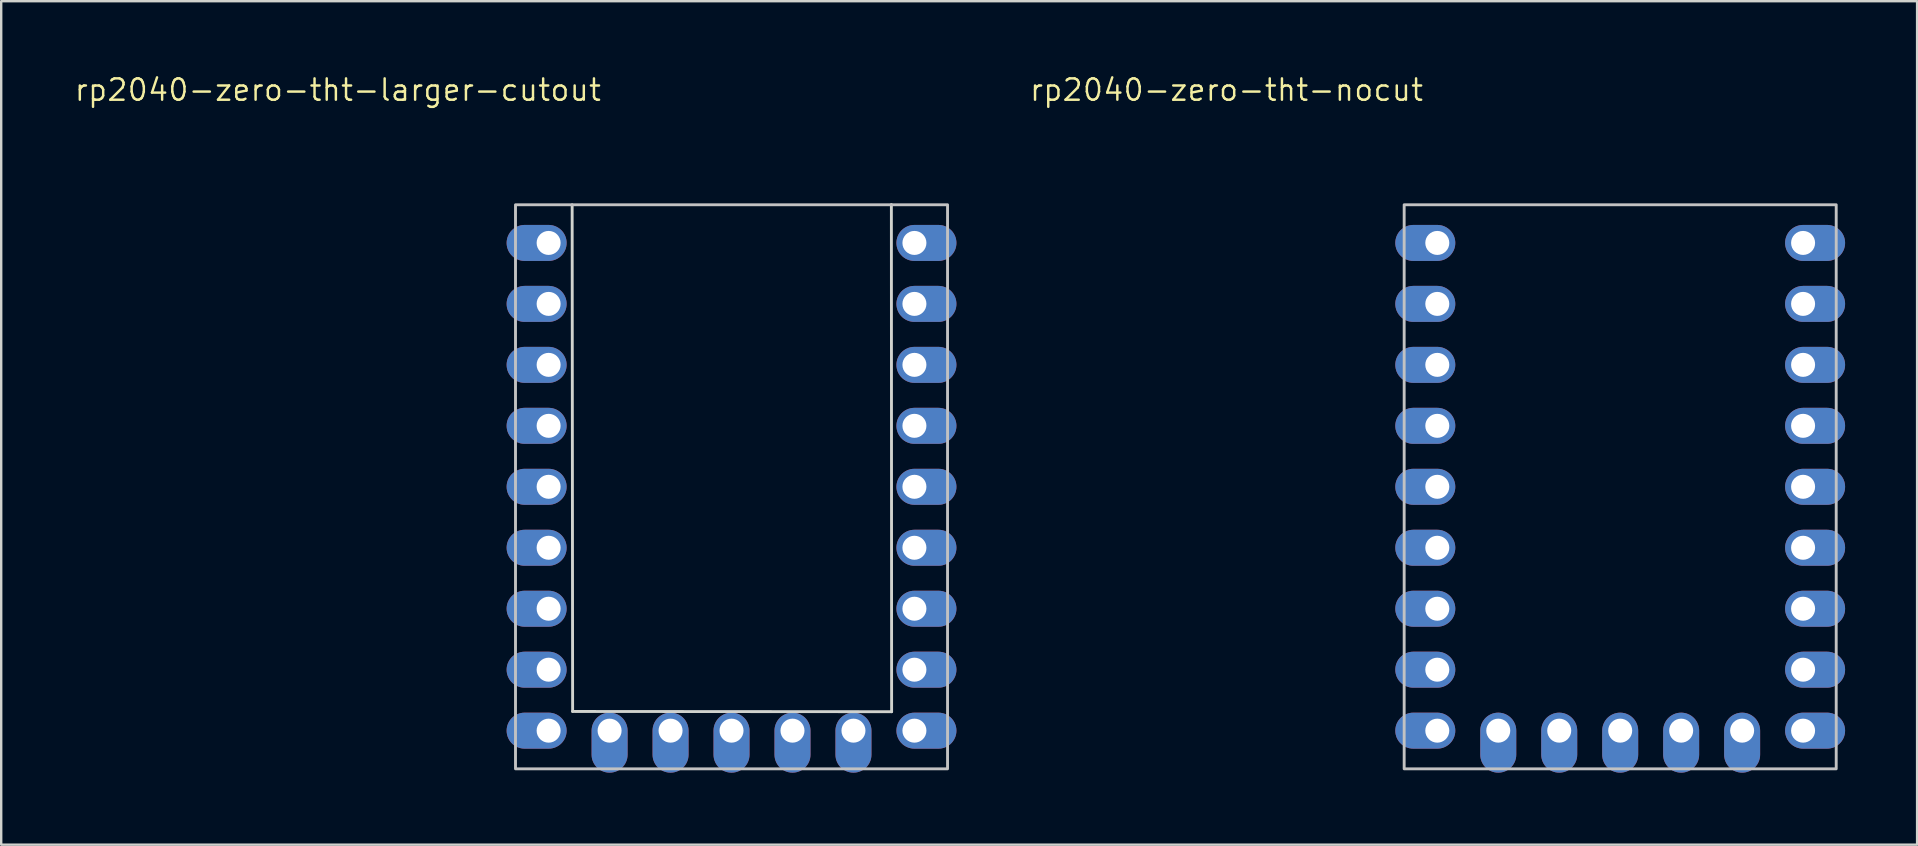
<source format=kicad_pcb>
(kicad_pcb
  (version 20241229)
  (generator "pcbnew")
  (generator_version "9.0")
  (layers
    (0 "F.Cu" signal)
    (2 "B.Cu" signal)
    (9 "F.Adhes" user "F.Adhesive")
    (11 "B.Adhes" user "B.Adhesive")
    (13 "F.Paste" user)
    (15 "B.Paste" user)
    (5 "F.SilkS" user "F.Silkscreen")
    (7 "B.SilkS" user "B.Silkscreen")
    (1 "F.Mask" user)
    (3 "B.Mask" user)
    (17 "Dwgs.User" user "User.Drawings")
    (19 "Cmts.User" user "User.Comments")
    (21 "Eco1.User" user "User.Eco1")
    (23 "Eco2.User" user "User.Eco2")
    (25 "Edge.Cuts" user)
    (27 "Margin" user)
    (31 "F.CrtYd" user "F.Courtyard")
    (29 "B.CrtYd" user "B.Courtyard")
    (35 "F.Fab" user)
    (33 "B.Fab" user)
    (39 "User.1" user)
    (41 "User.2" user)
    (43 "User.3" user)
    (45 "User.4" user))
  (footprint "rp2040-zero-tht-nocut"
    (layer "F.Cu")
    (at 64.451 17.231)
    (property "Reference" "rp2040-zero-tht-nocut" (at -16.399 -16.533 0) (layer "F.SilkS") (effects (font (size 0.889 0.889) (thickness 0.102))))
    (attr through_hole exclude_from_pos_files)
    (fp_rect (start -9 -11.75) (end 9 11.75) (stroke (width 0.12) (type solid)) (fill no) (layer "Dwgs.User"))
    (pad "1" thru_hole oval (at 7.62 -10.16 180) (size 2.5 1.5) (drill 1 (offset -0.5 0)) (layers "*.Cu" "*.Mask"))
    (pad "2" thru_hole oval (at 7.62 -7.62 180) (size 2.5 1.5) (drill 1 (offset -0.5 0)) (layers "*.Cu" "*.Mask"))
    (pad "3" thru_hole oval (at 7.62 -5.08 180) (size 2.5 1.5) (drill 1 (offset -0.5 0)) (layers "*.Cu" "*.Mask"))
    (pad "4" thru_hole oval (at 7.62 -2.54 180) (size 2.5 1.5) (drill 1 (offset -0.5 0)) (layers "*.Cu" "*.Mask"))
    (pad "5" thru_hole oval (at 7.62 0 180) (size 2.5 1.5) (drill 1 (offset -0.5 0)) (layers "*.Cu" "*.Mask"))
    (pad "6" thru_hole oval (at 7.62 2.54 180) (size 2.5 1.5) (drill 1 (offset -0.5 0)) (layers "*.Cu" "*.Mask"))
    (pad "7" thru_hole oval (at 7.62 5.08 180) (size 2.5 1.5) (drill 1 (offset -0.5 0)) (layers "*.Cu" "*.Mask"))
    (pad "8" thru_hole oval (at 7.62 7.62 180) (size 2.5 1.5) (drill 1 (offset -0.5 0)) (layers "*.Cu" "*.Mask"))
    (pad "9" thru_hole oval (at 7.62 10.16 180) (size 2.5 1.5) (drill 1 (offset -0.5 0)) (layers "*.Cu" "*.Mask"))
    (pad "10" thru_hole oval (at 5.08 10.16 90) (size 2.5 1.5) (drill 1 (offset -0.5 0)) (layers "*.Cu" "*.Mask"))
    (pad "11" thru_hole oval (at 2.54 10.16 90) (size 2.5 1.5) (drill 1 (offset -0.5 0)) (layers "*.Cu" "*.Mask"))
    (pad "12" thru_hole oval (at 0 10.16 90) (size 2.5 1.5) (drill 1 (offset -0.5 0)) (layers "*.Cu" "*.Mask"))
    (pad "13" thru_hole oval (at -2.54 10.16 90) (size 2.5 1.5) (drill 1 (offset -0.5 0)) (layers "*.Cu" "*.Mask"))
    (pad "14" thru_hole oval (at -5.08 10.16 90) (size 2.5 1.5) (drill 1 (offset -0.5 0)) (layers "*.Cu" "*.Mask"))
    (pad "15" thru_hole oval (at -7.62 10.16) (size 2.5 1.5) (drill 1 (offset -0.5 0)) (layers "*.Cu" "*.Mask"))
    (pad "16" thru_hole oval (at -7.62 7.62) (size 2.5 1.5) (drill 1 (offset -0.5 0)) (layers "*.Cu" "*.Mask"))
    (pad "17" thru_hole oval (at -7.62 5.08) (size 2.5 1.5) (drill 1 (offset -0.5 0)) (layers "*.Cu" "*.Mask"))
    (pad "18" thru_hole oval (at -7.62 2.54) (size 2.5 1.5) (drill 1 (offset -0.5 0)) (layers "*.Cu" "*.Mask"))
    (pad "19" thru_hole oval (at -7.62 0) (size 2.5 1.5) (drill 1 (offset -0.5 0)) (layers "*.Cu" "*.Mask"))
    (pad "20" thru_hole oval (at -7.62 -2.54) (size 2.5 1.5) (drill 1 (offset -0.5 0)) (layers "*.Cu" "*.Mask"))
    (pad "21" thru_hole oval (at -7.62 -5.08) (size 2.5 1.5) (drill 1 (offset -0.5 0)) (layers "*.Cu" "*.Mask"))
    (pad "22" thru_hole oval (at -7.62 -7.62) (size 2.5 1.5) (drill 1 (offset -0.5 0)) (layers "*.Cu" "*.Mask"))
    (pad "23" thru_hole oval (at -7.62 -10.16) (size 2.5 1.5) (drill 1 (offset -0.5 0)) (layers "*.Cu" "*.Mask")))
  (footprint "rp2040-zero-tht-larger-cutout"
    (layer "F.Cu")
    (at 27.427 17.231)
    (property "Reference" "rp2040-zero-tht-larger-cutout" (at -16.399 -16.533 0) (layer "F.SilkS") (effects (font (size 0.889 0.889) (thickness 0.102))))
    (attr through_hole exclude_from_pos_files)
    (fp_rect (start -9 -11.75) (end 9 11.75) (stroke (width 0.12) (type solid)) (fill no) (layer "Dwgs.User"))
    (fp_line (start -6.64 -11.75) (end -6.62 9.36) (stroke (width 0.12) (type solid)) (layer "Edge.Cuts"))
    (fp_line (start -6.62 9.36) (end 6.67 9.37) (stroke (width 0.12) (type solid)) (layer "Edge.Cuts"))
    (fp_line (start 6.66 -11.75) (end 6.66 -11.74) (stroke (width 0.12) (type solid)) (layer "Edge.Cuts"))
    (fp_line (start 6.67 9.37) (end 6.66 -11.75) (stroke (width 0.12) (type solid)) (layer "Edge.Cuts"))
    (pad "1" thru_hole oval (at 7.62 -10.16 180) (size 2.5 1.5) (drill 1 (offset -0.5 0)) (layers "*.Cu" "*.Mask"))
    (pad "2" thru_hole oval (at 7.62 -7.62 180) (size 2.5 1.5) (drill 1 (offset -0.5 0)) (layers "*.Cu" "*.Mask"))
    (pad "3" thru_hole oval (at 7.62 -5.08 180) (size 2.5 1.5) (drill 1 (offset -0.5 0)) (layers "*.Cu" "*.Mask"))
    (pad "4" thru_hole oval (at 7.62 -2.54 180) (size 2.5 1.5) (drill 1 (offset -0.5 0)) (layers "*.Cu" "*.Mask"))
    (pad "5" thru_hole oval (at 7.62 0 180) (size 2.5 1.5) (drill 1 (offset -0.5 0)) (layers "*.Cu" "*.Mask"))
    (pad "6" thru_hole oval (at 7.62 2.54 180) (size 2.5 1.5) (drill 1 (offset -0.5 0)) (layers "*.Cu" "*.Mask"))
    (pad "7" thru_hole oval (at 7.62 5.08 180) (size 2.5 1.5) (drill 1 (offset -0.5 0)) (layers "*.Cu" "*.Mask"))
    (pad "8" thru_hole oval (at 7.62 7.62 180) (size 2.5 1.5) (drill 1 (offset -0.5 0)) (layers "*.Cu" "*.Mask"))
    (pad "9" thru_hole oval (at 7.62 10.16 180) (size 2.5 1.5) (drill 1 (offset -0.5 0)) (layers "*.Cu" "*.Mask"))
    (pad "10" thru_hole oval (at 5.08 10.16 90) (size 2.5 1.5) (drill 1 (offset -0.5 0)) (layers "*.Cu" "*.Mask"))
    (pad "11" thru_hole oval (at 2.54 10.16 90) (size 2.5 1.5) (drill 1 (offset -0.5 0)) (layers "*.Cu" "*.Mask"))
    (pad "12" thru_hole oval (at 0 10.16 90) (size 2.5 1.5) (drill 1 (offset -0.5 0)) (layers "*.Cu" "*.Mask"))
    (pad "13" thru_hole oval (at -2.54 10.16 90) (size 2.5 1.5) (drill 1 (offset -0.5 0)) (layers "*.Cu" "*.Mask"))
    (pad "14" thru_hole oval (at -5.08 10.16 90) (size 2.5 1.5) (drill 1 (offset -0.5 0)) (layers "*.Cu" "*.Mask"))
    (pad "15" thru_hole oval (at -7.62 10.16) (size 2.5 1.5) (drill 1 (offset -0.5 0)) (layers "*.Cu" "*.Mask"))
    (pad "16" thru_hole oval (at -7.62 7.62) (size 2.5 1.5) (drill 1 (offset -0.5 0)) (layers "*.Cu" "*.Mask"))
    (pad "17" thru_hole oval (at -7.62 5.08) (size 2.5 1.5) (drill 1 (offset -0.5 0)) (layers "*.Cu" "*.Mask"))
    (pad "18" thru_hole oval (at -7.62 2.54) (size 2.5 1.5) (drill 1 (offset -0.5 0)) (layers "*.Cu" "*.Mask"))
    (pad "19" thru_hole oval (at -7.62 0) (size 2.5 1.5) (drill 1 (offset -0.5 0)) (layers "*.Cu" "*.Mask"))
    (pad "20" thru_hole oval (at -7.62 -2.54) (size 2.5 1.5) (drill 1 (offset -0.5 0)) (layers "*.Cu" "*.Mask"))
    (pad "21" thru_hole oval (at -7.62 -5.08) (size 2.5 1.5) (drill 1 (offset -0.5 0)) (layers "*.Cu" "*.Mask"))
    (pad "22" thru_hole oval (at -7.62 -7.62) (size 2.5 1.5) (drill 1 (offset -0.5 0)) (layers "*.Cu" "*.Mask"))
    (pad "23" thru_hole oval (at -7.62 -10.16) (size 2.5 1.5) (drill 1 (offset -0.5 0)) (layers "*.Cu" "*.Mask")))
  (gr_rect
    (start -3 -3)
    (end 76.821 32.141)
    (stroke (width 0.1) (type default))
    (fill no)
    (layer "Edge.Cuts")))
</source>
